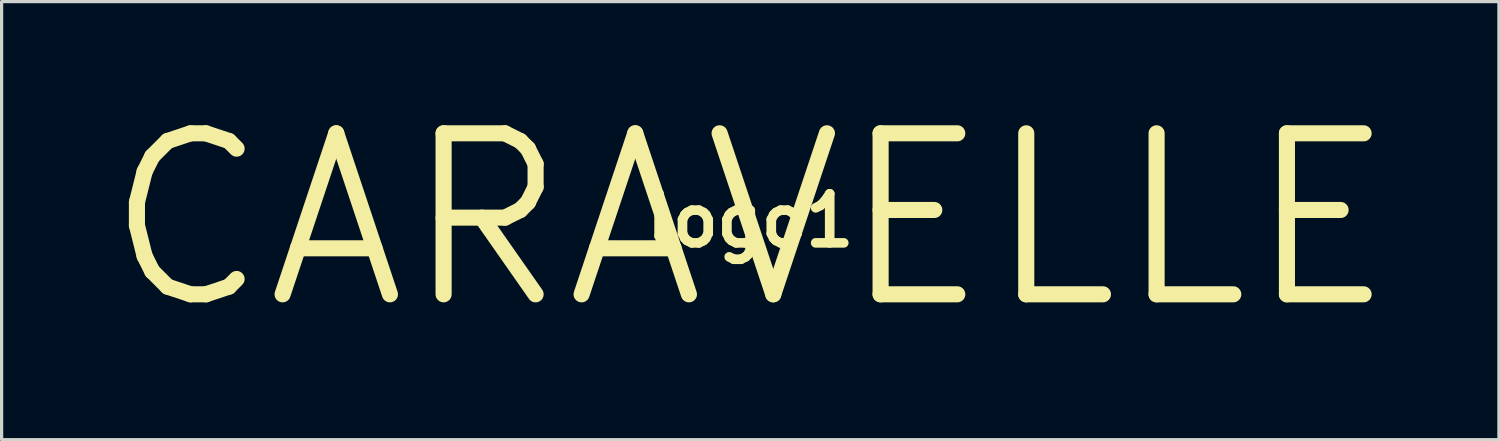
<source format=kicad_pcb>
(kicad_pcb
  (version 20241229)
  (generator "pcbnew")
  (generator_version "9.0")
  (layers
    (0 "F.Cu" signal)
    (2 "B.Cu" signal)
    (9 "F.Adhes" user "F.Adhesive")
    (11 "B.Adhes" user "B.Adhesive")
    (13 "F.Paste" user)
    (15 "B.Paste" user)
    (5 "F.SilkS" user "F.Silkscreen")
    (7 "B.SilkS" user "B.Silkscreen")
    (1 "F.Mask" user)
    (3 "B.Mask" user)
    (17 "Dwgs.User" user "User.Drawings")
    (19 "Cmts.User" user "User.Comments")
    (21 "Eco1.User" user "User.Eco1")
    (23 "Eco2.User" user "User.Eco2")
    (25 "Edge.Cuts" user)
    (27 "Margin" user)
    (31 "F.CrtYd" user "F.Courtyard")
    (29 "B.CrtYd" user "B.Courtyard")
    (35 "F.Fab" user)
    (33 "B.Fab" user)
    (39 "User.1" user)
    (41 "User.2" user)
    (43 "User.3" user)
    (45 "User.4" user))
  (footprint "logo1"
    (layer "F.Cu")
    (at 20.25 3.803)
    (property "Reference" "logo1" (at 0 0 0) (layer "F.SilkS") (effects (font (size 1.524 1.524) (thickness 0.3))))
    (attr through_hole)
    (fp_text user "CARAVELLE" (at 0 0 0) (layer "F.SilkS") (effects (font (size 5 5) (thickness 0.5)))))
  (gr_rect
    (start -3 -3)
    (end 43.5 10.605)
    (stroke (width 0.1) (type default))
    (fill no)
    (layer "Edge.Cuts")))
</source>
